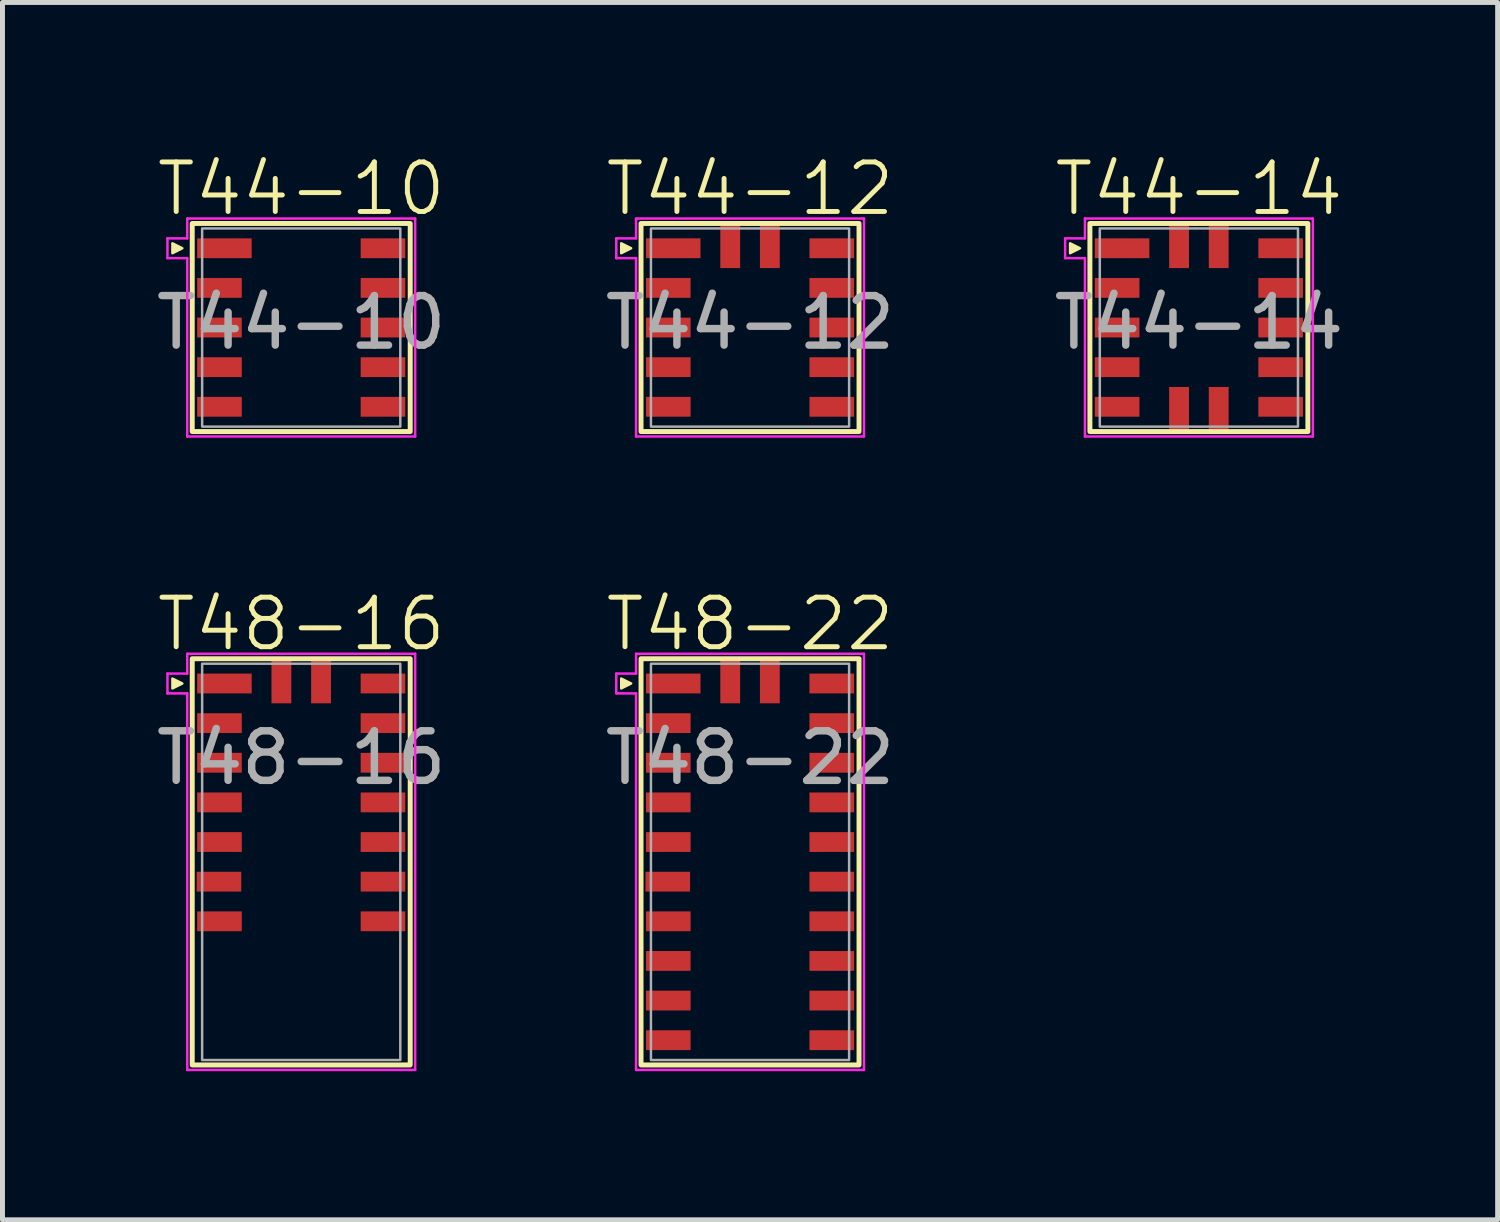
<source format=kicad_pcb>
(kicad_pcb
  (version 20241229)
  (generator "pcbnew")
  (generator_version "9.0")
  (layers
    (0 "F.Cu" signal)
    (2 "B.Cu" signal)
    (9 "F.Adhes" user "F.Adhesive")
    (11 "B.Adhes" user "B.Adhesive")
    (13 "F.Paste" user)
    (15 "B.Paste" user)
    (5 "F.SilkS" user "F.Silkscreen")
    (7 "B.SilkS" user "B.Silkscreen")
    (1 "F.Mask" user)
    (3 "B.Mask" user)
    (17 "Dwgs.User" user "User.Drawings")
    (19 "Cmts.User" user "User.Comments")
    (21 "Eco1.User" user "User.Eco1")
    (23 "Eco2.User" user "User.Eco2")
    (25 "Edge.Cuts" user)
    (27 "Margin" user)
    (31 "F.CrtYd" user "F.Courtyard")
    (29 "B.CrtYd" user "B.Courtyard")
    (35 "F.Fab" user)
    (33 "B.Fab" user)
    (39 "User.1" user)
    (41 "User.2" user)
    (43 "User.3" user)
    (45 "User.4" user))
  (footprint "T48-16"
    (layer "F.Cu")
    (at 3.03 12.346)
    (property "Reference" "T48-16" (at 0 -2.8 0) (unlocked yes) (layer "F.SilkS") (effects (font (size 1 1) (thickness 0.1))))
    (attr smd)
    (fp_rect (start -2.2 -2.1) (end 2.2 6.1) (stroke (width 0.1) (type solid)) (fill no) (layer "F.SilkS"))
    (fp_poly (pts (xy -2.6 -1.7) (xy -2.4 -1.6) (xy -2.6 -1.5)) (stroke (width 0.05) (type solid)) (fill yes) (layer "F.SilkS"))
    (fp_line (start -2.7 -1.8) (end -2.3 -1.8) (stroke (width 0.05) (type default)) (layer "F.CrtYd"))
    (fp_line (start -2.7 -1.4) (end -2.7 -1.8) (stroke (width 0.05) (type default)) (layer "F.CrtYd"))
    (fp_line (start -2.3 -2.2) (end 2.3 -2.2) (stroke (width 0.05) (type default)) (layer "F.CrtYd"))
    (fp_line (start -2.3 -1.8) (end -2.3 -2.2) (stroke (width 0.05) (type default)) (layer "F.CrtYd"))
    (fp_line (start -2.3 -1.4) (end -2.7 -1.4) (stroke (width 0.05) (type default)) (layer "F.CrtYd"))
    (fp_line (start -2.3 6.2) (end -2.3 -1.4) (stroke (width 0.05) (type solid)) (layer "F.CrtYd"))
    (fp_line (start 2.3 -2.2) (end 2.3 6.2) (stroke (width 0.05) (type solid)) (layer "F.CrtYd"))
    (fp_line (start 2.3 6.2) (end -2.3 6.2) (stroke (width 0.05) (type solid)) (layer "F.CrtYd"))
    (fp_rect (start -2 -2) (end 2 6) (stroke (width 0.05) (type solid)) (fill no) (layer "F.Fab"))
    (fp_text user "${REFERENCE}" (at 0 -0.1 0) (unlocked yes) (layer "F.Fab") (effects (font (size 1 1) (thickness 0.15))))
    (pad "1" smd rect (at -1.55 -1.6) (size 1.1 0.4) (layers "F.Cu" "F.Mask" "F.Paste"))
    (pad "2" smd rect (at -1.65 -0.8) (size 0.9 0.4) (layers "F.Cu" "F.Mask" "F.Paste"))
    (pad "3" smd rect (at -1.65 0) (size 0.9 0.4) (layers "F.Cu" "F.Mask" "F.Paste"))
    (pad "4" smd rect (at -1.65 0.8) (size 0.9 0.4) (layers "F.Cu" "F.Mask" "F.Paste"))
    (pad "5" smd rect (at -1.65 1.6) (size 0.9 0.4) (layers "F.Cu" "F.Mask" "F.Paste"))
    (pad "6" smd rect (at -1.66 2.4) (size 0.9 0.4) (layers "F.Cu" "F.Mask" "F.Paste"))
    (pad "7" smd rect (at -1.65 3.2) (size 0.9 0.4) (layers "F.Cu" "F.Mask" "F.Paste"))
    (pad "8" smd rect (at 1.65 3.2) (size 0.9 0.4) (layers "F.Cu" "F.Mask" "F.Paste"))
    (pad "9" smd rect (at 1.65 2.4) (size 0.9 0.4) (layers "F.Cu" "F.Mask" "F.Paste"))
    (pad "10" smd rect (at 1.65 1.6) (size 0.9 0.4) (layers "F.Cu" "F.Mask" "F.Paste"))
    (pad "11" smd rect (at 1.65 0.8) (size 0.9 0.4) (layers "F.Cu" "F.Mask" "F.Paste"))
    (pad "12" smd rect (at 1.65 0) (size 0.9 0.4) (layers "F.Cu" "F.Mask" "F.Paste"))
    (pad "13" smd rect (at 1.65 -0.8) (size 0.9 0.4) (layers "F.Cu" "F.Mask" "F.Paste"))
    (pad "14" smd rect (at 1.65 -1.6) (size 0.9 0.4) (layers "F.Cu" "F.Mask" "F.Paste"))
    (pad "15" smd rect (at 0.4 -1.65 90) (size 0.9 0.4) (layers "F.Cu" "F.Mask" "F.Paste"))
    (pad "16" smd rect (at -0.4 -1.65 90) (size 0.9 0.4) (layers "F.Cu" "F.Mask" "F.Paste")))
  (footprint "T44-12"
    (layer "F.Cu")
    (at 12.089 3.561)
    (property "Reference" "T44-12" (at 0 -2.8 0) (unlocked yes) (layer "F.SilkS") (effects (font (size 1 1) (thickness 0.1))))
    (attr smd)
    (fp_rect (start -2.2 -2.1) (end 2.2 2.1) (stroke (width 0.1) (type solid)) (fill no) (layer "F.SilkS"))
    (fp_poly (pts (xy -2.6 -1.7) (xy -2.4 -1.6) (xy -2.6 -1.5)) (stroke (width 0.05) (type solid)) (fill yes) (layer "F.SilkS"))
    (fp_line (start -2.7 -1.8) (end -2.3 -1.8) (stroke (width 0.05) (type default)) (layer "F.CrtYd"))
    (fp_line (start -2.7 -1.4) (end -2.7 -1.8) (stroke (width 0.05) (type default)) (layer "F.CrtYd"))
    (fp_line (start -2.3 -2.2) (end 2.3 -2.2) (stroke (width 0.05) (type default)) (layer "F.CrtYd"))
    (fp_line (start -2.3 -1.8) (end -2.3 -2.2) (stroke (width 0.05) (type default)) (layer "F.CrtYd"))
    (fp_line (start -2.3 -1.4) (end -2.7 -1.4) (stroke (width 0.05) (type default)) (layer "F.CrtYd"))
    (fp_line (start -2.3 2.2) (end -2.3 -1.4) (stroke (width 0.05) (type default)) (layer "F.CrtYd"))
    (fp_line (start 2.3 -2.2) (end 2.3 2.2) (stroke (width 0.05) (type default)) (layer "F.CrtYd"))
    (fp_line (start 2.3 2.2) (end -2.3 2.2) (stroke (width 0.05) (type default)) (layer "F.CrtYd"))
    (fp_rect (start -2 -2) (end 2 2) (stroke (width 0.05) (type solid)) (fill no) (layer "F.Fab"))
    (fp_text user "${REFERENCE}" (at 0 -0.1 0) (unlocked yes) (layer "F.Fab") (effects (font (size 1 1) (thickness 0.15))))
    (pad "1" smd rect (at -1.55 -1.6) (size 1.1 0.4) (layers "F.Cu" "F.Mask" "F.Paste"))
    (pad "2" smd rect (at -1.65 -0.8) (size 0.9 0.4) (layers "F.Cu" "F.Mask" "F.Paste"))
    (pad "3" smd rect (at -1.65 0) (size 0.9 0.4) (layers "F.Cu" "F.Mask" "F.Paste"))
    (pad "4" smd rect (at -1.65 0.8) (size 0.9 0.4) (layers "F.Cu" "F.Mask" "F.Paste"))
    (pad "5" smd rect (at -1.65 1.6) (size 0.9 0.4) (layers "F.Cu" "F.Mask" "F.Paste"))
    (pad "6" smd rect (at 1.65 1.6) (size 0.9 0.4) (layers "F.Cu" "F.Mask" "F.Paste"))
    (pad "7" smd rect (at 1.65 0.8) (size 0.9 0.4) (layers "F.Cu" "F.Mask" "F.Paste"))
    (pad "8" smd rect (at 1.65 0) (size 0.9 0.4) (layers "F.Cu" "F.Mask" "F.Paste"))
    (pad "9" smd rect (at 1.65 -0.8) (size 0.9 0.4) (layers "F.Cu" "F.Mask" "F.Paste"))
    (pad "10" smd rect (at 1.65 -1.6) (size 0.9 0.4) (layers "F.Cu" "F.Mask" "F.Paste"))
    (pad "11" smd rect (at 0.4 -1.65 90) (size 0.9 0.4) (layers "F.Cu" "F.Mask" "F.Paste"))
    (pad "12" smd rect (at -0.4 -1.65 90) (size 0.9 0.4) (layers "F.Cu" "F.Mask" "F.Paste")))
  (footprint "T44-10"
    (layer "F.Cu")
    (at 3.03 3.561)
    (property "Reference" "T44-10" (at 0 -2.8 0) (unlocked yes) (layer "F.SilkS") (effects (font (size 1 1) (thickness 0.1))))
    (attr smd)
    (fp_rect (start -2.2 -2.1) (end 2.2 2.1) (stroke (width 0.1) (type solid)) (fill no) (layer "F.SilkS"))
    (fp_poly (pts (xy -2.6 -1.7) (xy -2.4 -1.6) (xy -2.6 -1.5)) (stroke (width 0.05) (type solid)) (fill yes) (layer "F.SilkS"))
    (fp_line (start -2.7 -1.8) (end -2.3 -1.8) (stroke (width 0.05) (type default)) (layer "F.CrtYd"))
    (fp_line (start -2.7 -1.4) (end -2.7 -1.8) (stroke (width 0.05) (type default)) (layer "F.CrtYd"))
    (fp_line (start -2.3 -2.2) (end 2.3 -2.2) (stroke (width 0.05) (type default)) (layer "F.CrtYd"))
    (fp_line (start -2.3 -1.8) (end -2.3 -2.2) (stroke (width 0.05) (type default)) (layer "F.CrtYd"))
    (fp_line (start -2.3 -1.4) (end -2.7 -1.4) (stroke (width 0.05) (type default)) (layer "F.CrtYd"))
    (fp_line (start -2.3 2.2) (end -2.3 -1.4) (stroke (width 0.05) (type default)) (layer "F.CrtYd"))
    (fp_line (start 2.3 -2.2) (end 2.3 2.2) (stroke (width 0.05) (type default)) (layer "F.CrtYd"))
    (fp_line (start 2.3 2.2) (end -2.3 2.2) (stroke (width 0.05) (type default)) (layer "F.CrtYd"))
    (fp_rect (start -2 -2) (end 2 2) (stroke (width 0.05) (type solid)) (fill no) (layer "F.Fab"))
    (fp_text user "${REFERENCE}" (at 0 -0.1 0) (unlocked yes) (layer "F.Fab") (effects (font (size 1 1) (thickness 0.15))))
    (pad "1" smd rect (at -1.55 -1.6) (size 1.1 0.4) (layers "F.Cu" "F.Mask" "F.Paste"))
    (pad "2" smd rect (at -1.65 -0.8) (size 0.9 0.4) (layers "F.Cu" "F.Mask" "F.Paste"))
    (pad "3" smd rect (at -1.65 0) (size 0.9 0.4) (layers "F.Cu" "F.Mask" "F.Paste"))
    (pad "4" smd rect (at -1.65 0.8) (size 0.9 0.4) (layers "F.Cu" "F.Mask" "F.Paste"))
    (pad "5" smd rect (at -1.65 1.6) (size 0.9 0.4) (layers "F.Cu" "F.Mask" "F.Paste"))
    (pad "6" smd rect (at 1.65 1.6) (size 0.9 0.4) (layers "F.Cu" "F.Mask" "F.Paste"))
    (pad "7" smd rect (at 1.65 0.8) (size 0.9 0.4) (layers "F.Cu" "F.Mask" "F.Paste"))
    (pad "8" smd rect (at 1.65 0) (size 0.9 0.4) (layers "F.Cu" "F.Mask" "F.Paste"))
    (pad "9" smd rect (at 1.65 -0.8) (size 0.9 0.4) (layers "F.Cu" "F.Mask" "F.Paste"))
    (pad "10" smd rect (at 1.65 -1.6) (size 0.9 0.4) (layers "F.Cu" "F.Mask" "F.Paste")))
  (footprint "T48-22"
    (layer "F.Cu")
    (at 12.089 12.346)
    (property "Reference" "T48-22" (at 0 -2.8 0) (unlocked yes) (layer "F.SilkS") (effects (font (size 1 1) (thickness 0.1))))
    (attr smd)
    (fp_rect (start -2.2 -2.1) (end 2.2 6.1) (stroke (width 0.1) (type solid)) (fill no) (layer "F.SilkS"))
    (fp_poly (pts (xy -2.6 -1.7) (xy -2.4 -1.6) (xy -2.6 -1.5)) (stroke (width 0.05) (type solid)) (fill yes) (layer "F.SilkS"))
    (fp_line (start -2.7 -1.8) (end -2.3 -1.8) (stroke (width 0.05) (type default)) (layer "F.CrtYd"))
    (fp_line (start -2.7 -1.4) (end -2.7 -1.8) (stroke (width 0.05) (type default)) (layer "F.CrtYd"))
    (fp_line (start -2.3 -2.2) (end 2.3 -2.2) (stroke (width 0.05) (type default)) (layer "F.CrtYd"))
    (fp_line (start -2.3 -1.8) (end -2.3 -2.2) (stroke (width 0.05) (type default)) (layer "F.CrtYd"))
    (fp_line (start -2.3 -1.4) (end -2.7 -1.4) (stroke (width 0.05) (type default)) (layer "F.CrtYd"))
    (fp_line (start -2.3 6.2) (end -2.3 -1.4) (stroke (width 0.05) (type solid)) (layer "F.CrtYd"))
    (fp_line (start 2.3 -2.2) (end 2.3 6.2) (stroke (width 0.05) (type solid)) (layer "F.CrtYd"))
    (fp_line (start 2.3 6.2) (end -2.3 6.2) (stroke (width 0.05) (type solid)) (layer "F.CrtYd"))
    (fp_rect (start -2 -2) (end 2 6) (stroke (width 0.05) (type solid)) (fill no) (layer "F.Fab"))
    (fp_text user "${REFERENCE}" (at 0 -0.1 0) (unlocked yes) (layer "F.Fab") (effects (font (size 1 1) (thickness 0.15))))
    (pad "1" smd rect (at -1.55 -1.6) (size 1.1 0.4) (layers "F.Cu" "F.Mask" "F.Paste"))
    (pad "2" smd rect (at -1.65 -0.8) (size 0.9 0.4) (layers "F.Cu" "F.Mask" "F.Paste"))
    (pad "3" smd rect (at -1.65 0) (size 0.9 0.4) (layers "F.Cu" "F.Mask" "F.Paste"))
    (pad "4" smd rect (at -1.65 0.8) (size 0.9 0.4) (layers "F.Cu" "F.Mask" "F.Paste"))
    (pad "5" smd rect (at -1.65 1.6) (size 0.9 0.4) (layers "F.Cu" "F.Mask" "F.Paste"))
    (pad "6" smd rect (at -1.66 2.4) (size 0.9 0.4) (layers "F.Cu" "F.Mask" "F.Paste"))
    (pad "7" smd rect (at -1.65 3.2) (size 0.9 0.4) (layers "F.Cu" "F.Mask" "F.Paste"))
    (pad "8" smd rect (at -1.65 4) (size 0.9 0.4) (layers "F.Cu" "F.Mask" "F.Paste"))
    (pad "9" smd rect (at -1.65 4.8) (size 0.9 0.4) (layers "F.Cu" "F.Mask" "F.Paste"))
    (pad "10" smd rect (at -1.65 5.6) (size 0.9 0.4) (layers "F.Cu" "F.Mask" "F.Paste"))
    (pad "11" smd rect (at 1.65 5.6) (size 0.9 0.4) (layers "F.Cu" "F.Mask" "F.Paste"))
    (pad "12" smd rect (at 1.65 4.8) (size 0.9 0.4) (layers "F.Cu" "F.Mask" "F.Paste"))
    (pad "13" smd rect (at 1.65 4) (size 0.9 0.4) (layers "F.Cu" "F.Mask" "F.Paste"))
    (pad "14" smd rect (at 1.65 3.2) (size 0.9 0.4) (layers "F.Cu" "F.Mask" "F.Paste"))
    (pad "15" smd rect (at 1.65 2.4) (size 0.9 0.4) (layers "F.Cu" "F.Mask" "F.Paste"))
    (pad "16" smd rect (at 1.65 1.6) (size 0.9 0.4) (layers "F.Cu" "F.Mask" "F.Paste"))
    (pad "17" smd rect (at 1.65 0.8) (size 0.9 0.4) (layers "F.Cu" "F.Mask" "F.Paste"))
    (pad "18" smd rect (at 1.65 0) (size 0.9 0.4) (layers "F.Cu" "F.Mask" "F.Paste"))
    (pad "19" smd rect (at 1.65 -0.8) (size 0.9 0.4) (layers "F.Cu" "F.Mask" "F.Paste"))
    (pad "20" smd rect (at 1.65 -1.6) (size 0.9 0.4) (layers "F.Cu" "F.Mask" "F.Paste"))
    (pad "21" smd rect (at 0.4 -1.65 90) (size 0.9 0.4) (layers "F.Cu" "F.Mask" "F.Paste"))
    (pad "22" smd rect (at -0.4 -1.65 90) (size 0.9 0.4) (layers "F.Cu" "F.Mask" "F.Paste")))
  (footprint "T44-14"
    (layer "F.Cu")
    (at 21.149 3.561)
    (property "Reference" "T44-14" (at 0 -2.8 0) (unlocked yes) (layer "F.SilkS") (effects (font (size 1 1) (thickness 0.1))))
    (attr smd)
    (fp_rect (start -2.2 -2.1) (end 2.2 2.1) (stroke (width 0.1) (type solid)) (fill no) (layer "F.SilkS"))
    (fp_poly (pts (xy -2.6 -1.7) (xy -2.4 -1.6) (xy -2.6 -1.5)) (stroke (width 0.05) (type solid)) (fill yes) (layer "F.SilkS"))
    (fp_line (start -2.7 -1.8) (end -2.3 -1.8) (stroke (width 0.05) (type default)) (layer "F.CrtYd"))
    (fp_line (start -2.7 -1.4) (end -2.7 -1.8) (stroke (width 0.05) (type default)) (layer "F.CrtYd"))
    (fp_line (start -2.3 -2.2) (end 2.3 -2.2) (stroke (width 0.05) (type default)) (layer "F.CrtYd"))
    (fp_line (start -2.3 -1.8) (end -2.3 -2.2) (stroke (width 0.05) (type default)) (layer "F.CrtYd"))
    (fp_line (start -2.3 -1.4) (end -2.7 -1.4) (stroke (width 0.05) (type default)) (layer "F.CrtYd"))
    (fp_line (start -2.3 2.2) (end -2.3 -1.4) (stroke (width 0.05) (type default)) (layer "F.CrtYd"))
    (fp_line (start 2.3 -2.2) (end 2.3 2.2) (stroke (width 0.05) (type default)) (layer "F.CrtYd"))
    (fp_line (start 2.3 2.2) (end -2.3 2.2) (stroke (width 0.05) (type default)) (layer "F.CrtYd"))
    (fp_rect (start -2 -2) (end 2 2) (stroke (width 0.05) (type solid)) (fill no) (layer "F.Fab"))
    (fp_text user "${REFERENCE}" (at 0 -0.1 0) (unlocked yes) (layer "F.Fab") (effects (font (size 1 1) (thickness 0.15))))
    (pad "1" smd rect (at -1.55 -1.6) (size 1.1 0.4) (layers "F.Cu" "F.Mask" "F.Paste"))
    (pad "2" smd rect (at -1.65 -0.8) (size 0.9 0.4) (layers "F.Cu" "F.Mask" "F.Paste"))
    (pad "3" smd rect (at -1.65 0) (size 0.9 0.4) (layers "F.Cu" "F.Mask" "F.Paste"))
    (pad "4" smd rect (at -1.65 0.8) (size 0.9 0.4) (layers "F.Cu" "F.Mask" "F.Paste"))
    (pad "5" smd rect (at -1.65 1.6) (size 0.9 0.4) (layers "F.Cu" "F.Mask" "F.Paste"))
    (pad "6" smd rect (at 1.65 1.6) (size 0.9 0.4) (layers "F.Cu" "F.Mask" "F.Paste"))
    (pad "7" smd rect (at 1.65 0.8) (size 0.9 0.4) (layers "F.Cu" "F.Mask" "F.Paste"))
    (pad "8" smd rect (at 1.65 0) (size 0.9 0.4) (layers "F.Cu" "F.Mask" "F.Paste"))
    (pad "9" smd rect (at 1.65 -0.8) (size 0.9 0.4) (layers "F.Cu" "F.Mask" "F.Paste"))
    (pad "10" smd rect (at 1.65 -1.6) (size 0.9 0.4) (layers "F.Cu" "F.Mask" "F.Paste"))
    (pad "11" smd rect (at 0.4 -1.65 90) (size 0.9 0.4) (layers "F.Cu" "F.Mask" "F.Paste"))
    (pad "12" smd rect (at -0.4 -1.65 90) (size 0.9 0.4) (layers "F.Cu" "F.Mask" "F.Paste"))
    (pad "13" smd rect (at -0.4 1.65 90) (size 0.9 0.4) (layers "F.Cu" "F.Mask" "F.Paste"))
    (pad "14" smd rect (at 0.4 1.65 90) (size 0.9 0.4) (layers "F.Cu" "F.Mask" "F.Paste")))
  (gr_rect
    (start -3 -3)
    (end 27.179 21.571)
    (stroke (width 0.1) (type default))
    (fill no)
    (layer "Edge.Cuts")))
</source>
